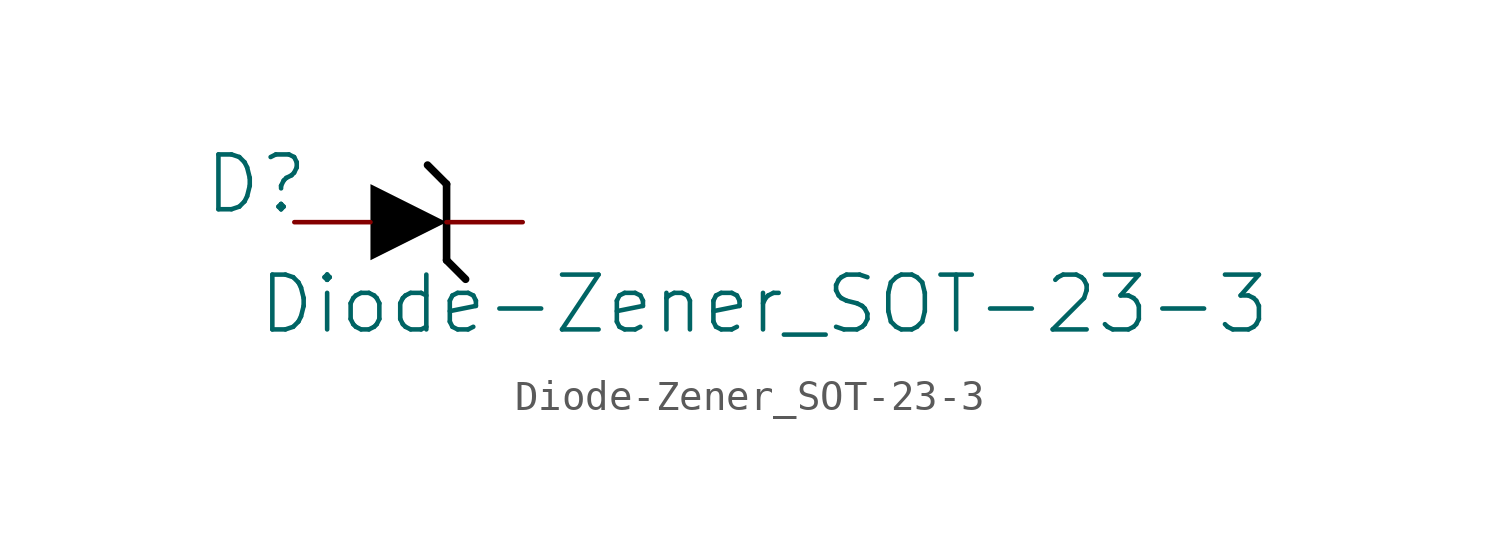
<source format=kicad_sym>
(kicad_symbol_lib
  (version 20231120)
  (generator "kicad_symbol_editor")
  (generator_version "8.0")
  (symbol "Diode-Zener_SOT-23-3"
    (property "Reference" "D"
      (at -1.27 1.27 0)
      (effects (font (size 1.829 1.829))))
    (property "Value" "Diode-Zener_SOT-23-3"
      (at -1.27 -3.81 0)
      (effects (font (size 1.829 1.829)) (justify left bottom)))
    (symbol "Diode-Zener_SOT-23-3_1_0"
      (polyline (pts (xy 5.08 -1.27) (xy 5.715 -1.905)) (stroke (width 0.254) (type solid) (color 0 0 0 1)) (fill (type none)))
      (polyline (pts (xy 5.08 1.27) (xy 4.445 1.905)) (stroke (width 0.254) (type solid) (color 0 0 0 1)) (fill (type none)))
      (polyline (pts (xy 5.08 1.27) (xy 5.08 -1.27)) (stroke (width 0.254) (type solid) (color 0 0 0 1)) (fill (type none)))
      (polyline (pts (xy 2.54 1.27) (xy 5.08 0) (xy 2.54 -1.27) (xy 2.54 1.27)) (stroke (width -0.0001) (type solid) (color 0 0 0 1)) (fill (type outline)))
      (pin passive line (at 0 0 0) (length 2.54) (name "Anode" (effects (font (size 0 0)))) (number "1" (effects (font (size 0 0)))))
      (pin passive line (at 7.62 0 180) (length 2.54) (name "Cathode" (effects (font (size 0 0)))) (number "3" (effects (font (size 0 0))))))))
</source>
